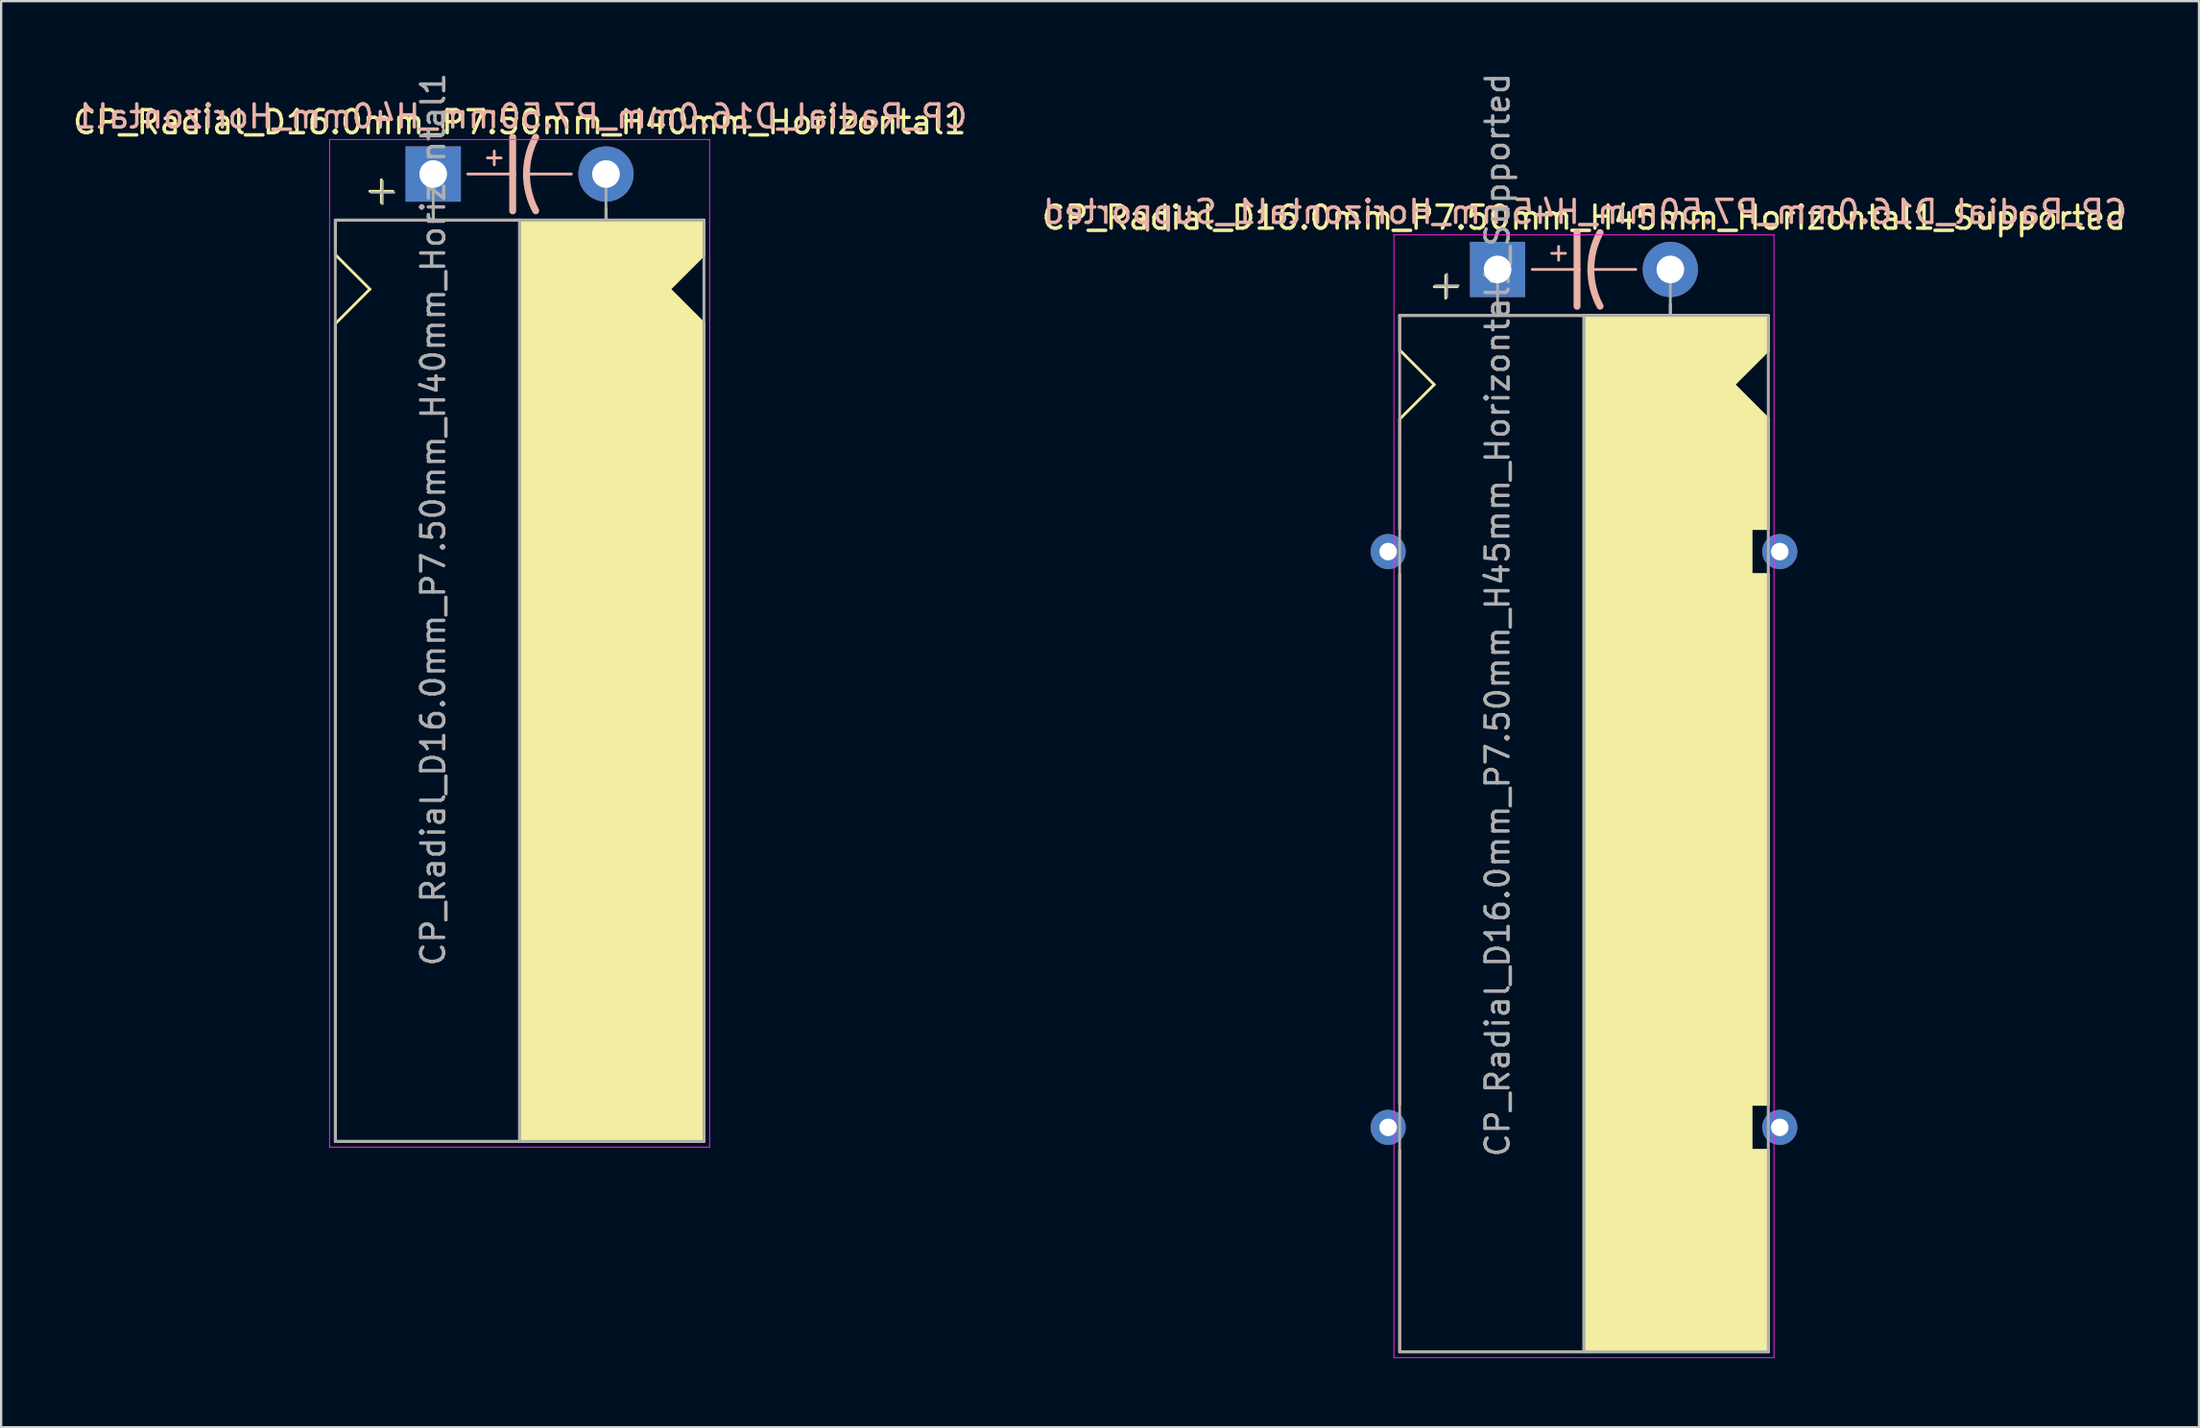
<source format=kicad_pcb>
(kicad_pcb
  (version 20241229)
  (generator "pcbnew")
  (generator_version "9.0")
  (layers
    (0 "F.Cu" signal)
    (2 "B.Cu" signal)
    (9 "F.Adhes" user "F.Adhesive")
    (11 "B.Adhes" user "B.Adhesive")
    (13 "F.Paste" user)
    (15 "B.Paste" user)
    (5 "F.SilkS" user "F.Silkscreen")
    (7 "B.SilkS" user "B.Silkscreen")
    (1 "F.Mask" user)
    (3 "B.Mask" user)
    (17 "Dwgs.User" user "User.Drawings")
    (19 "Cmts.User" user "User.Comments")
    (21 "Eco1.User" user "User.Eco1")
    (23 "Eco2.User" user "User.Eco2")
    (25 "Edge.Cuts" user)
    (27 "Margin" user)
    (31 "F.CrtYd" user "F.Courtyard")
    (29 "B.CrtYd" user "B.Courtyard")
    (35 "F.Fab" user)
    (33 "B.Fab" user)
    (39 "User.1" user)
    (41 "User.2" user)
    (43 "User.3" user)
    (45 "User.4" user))
  (footprint "CP_Radial_D16.0mm_P7.50mm_H40mm_Horizontal1"
    (layer "F.Cu")
    (at 15.756 4.506)
    (property "Reference" "CP_Radial_D16.0mm_P7.50mm_H40mm_Horizontal1" (at 3.75 -2.25 0) (layer "F.SilkS") (effects (font (size 1 1) (thickness 0.15))))
    (fp_line (start -4.25 2) (end -4.25 3.5) (stroke (width 0.12) (type solid)) (layer "F.SilkS"))
    (fp_line (start -4.25 3.5) (end -2.75 5) (stroke (width 0.12) (type solid)) (layer "F.SilkS"))
    (fp_line (start -4.25 6.5) (end -4.25 7.5) (stroke (width 0.12) (type solid)) (layer "F.SilkS"))
    (fp_line (start -4.25 7.5) (end -4.25 42) (stroke (width 0.12) (type solid)) (layer "F.SilkS"))
    (fp_line (start -2.75 5) (end -4.25 6.5) (stroke (width 0.12) (type solid)) (layer "F.SilkS"))
    (fp_line (start -2.25 0.25) (end -2.25 1.25) (stroke (width 0.12) (type solid)) (layer "F.SilkS"))
    (fp_line (start -1.75 0.75) (end -2.75 0.75) (stroke (width 0.12) (type solid)) (layer "F.SilkS"))
    (fp_line (start 0 1.5) (end 0 2) (stroke (width 0.12) (type solid)) (layer "F.SilkS"))
    (fp_line (start 3.75 2) (end -4.25 2) (stroke (width 0.12) (type solid)) (layer "F.SilkS"))
    (fp_line (start 3.75 2) (end 3.75 42) (stroke (width 0.12) (type solid)) (layer "F.SilkS"))
    (fp_line (start 3.75 2) (end 11.75 2) (stroke (width 0.12) (type solid)) (layer "F.SilkS"))
    (fp_line (start 7.5 1.5) (end 7.5 2) (stroke (width 0.12) (type solid)) (layer "F.SilkS"))
    (fp_line (start 10.25 5) (end 11.75 6.5) (stroke (width 0.12) (type solid)) (layer "F.SilkS"))
    (fp_line (start 11.75 2) (end 11.75 3.5) (stroke (width 0.12) (type solid)) (layer "F.SilkS"))
    (fp_line (start 11.75 3.5) (end 10.25 5) (stroke (width 0.12) (type solid)) (layer "F.SilkS"))
    (fp_line (start 11.75 42) (end -4.25 42) (stroke (width 0.12) (type solid)) (layer "F.SilkS"))
    (fp_line (start 11.75 42) (end 11.75 6.5) (stroke (width 0.12) (type solid)) (layer "F.SilkS"))
    (fp_poly (pts (xy 11.75 3.5) (xy 10.25 5) (xy 11.75 6.5) (xy 11.75 42) (xy 3.75 42) (xy 3.75 2) (xy 11.75 2)) (stroke (width 0.1) (type solid)) (fill yes) (layer "F.SilkS"))
    (fp_line (start 1.5 0) (end 3.45 0) (stroke (width 0.12) (type solid)) (layer "B.SilkS"))
    (fp_line (start 2.35 -0.7) (end 2.95 -0.7) (stroke (width 0.12) (type solid)) (layer "B.SilkS"))
    (fp_line (start 2.65 -0.4) (end 2.65 -1) (stroke (width 0.12) (type solid)) (layer "B.SilkS"))
    (fp_line (start 3.45 0) (end 3.45 -1.6) (stroke (width 0.3) (type solid)) (layer "B.SilkS"))
    (fp_line (start 3.45 0) (end 3.45 1.6) (stroke (width 0.3) (type solid)) (layer "B.SilkS"))
    (fp_line (start 6 0) (end 4.05 0) (stroke (width 0.12) (type solid)) (layer "B.SilkS"))
    (fp_arc (start 4.05 0) (mid 4.150512 -0.824872) (end 4.45 -1.6) (stroke (width 0.3) (type solid)) (layer "B.SilkS"))
    (fp_arc (start 4.45 1.596157) (mid 4.151652 0.822725) (end 4.05 0) (stroke (width 0.3) (type solid)) (layer "B.SilkS"))
    (fp_line (start -4.5 -1.5) (end 12 -1.5) (stroke (width 0.04) (type solid)) (layer "F.CrtYd"))
    (fp_line (start -4.5 42.25) (end -4.5 -1.5) (stroke (width 0.04) (type solid)) (layer "F.CrtYd"))
    (fp_line (start 12 -1.5) (end 12 42.25) (stroke (width 0.04) (type solid)) (layer "F.CrtYd"))
    (fp_line (start 12 42.25) (end -4.5 42.25) (stroke (width 0.04) (type solid)) (layer "F.CrtYd"))
    (fp_line (start -4.25 2) (end -4.25 42) (stroke (width 0.12) (type solid)) (layer "F.Fab"))
    (fp_line (start -4.25 42) (end 11.75 42) (stroke (width 0.12) (type solid)) (layer "F.Fab"))
    (fp_line (start -2.7 0.8) (end -1.7 0.8) (stroke (width 0.1) (type solid)) (layer "F.Fab"))
    (fp_line (start -2.2 1.3) (end -2.2 0.3) (stroke (width 0.1) (type solid)) (layer "F.Fab"))
    (fp_line (start 0 0) (end 0 2) (stroke (width 0.12) (type solid)) (layer "F.Fab"))
    (fp_line (start 0 2) (end -4.25 2) (stroke (width 0.12) (type solid)) (layer "F.Fab"))
    (fp_line (start 3.75 2) (end 3.75 42) (stroke (width 0.12) (type solid)) (layer "F.Fab"))
    (fp_line (start 7.5 0) (end 7.5 2) (stroke (width 0.12) (type solid)) (layer "F.Fab"))
    (fp_line (start 11.75 2) (end 0 2) (stroke (width 0.12) (type solid)) (layer "F.Fab"))
    (fp_line (start 11.75 42) (end 11.75 2) (stroke (width 0.12) (type solid)) (layer "F.Fab"))
    (fp_poly (pts (xy 11.75 42) (xy 3.75 42) (xy 3.75 2) (xy 11.75 2)) (stroke (width 0.1) (type solid)) (fill no) (layer "F.Fab"))
    (fp_text user "${REFERENCE}" (at 3.8 -2.5 0) (layer "B.SilkS") (effects (font (size 1 1) (thickness 0.15)) (justify mirror)))
    (fp_text user "${REFERENCE}" (at 0 15 90) (layer "F.Fab") (effects (font (size 1 1) (thickness 0.15))))
    (pad "1" thru_hole rect (at 0 0) (size 2.4 2.4) (drill 1.2) (layers "*.Cu" "*.Mask"))
    (pad "2" thru_hole circle (at 7.5 0) (size 2.4 2.4) (drill 1.2) (layers "*.Cu" "*.Mask")))
  (footprint "CP_Radial_D16.0mm_P7.50mm_H45mm_Horizontal1_Supported"
    (layer "F.Cu")
    (at 61.961 8.649)
    (property "Reference" "CP_Radial_D16.0mm_P7.50mm_H45mm_Horizontal1_Supported" (at 3.75 -2.25 0) (layer "F.SilkS") (effects (font (size 1 1) (thickness 0.15))))
    (fp_line (start -4.25 2) (end -4.25 3.5) (stroke (width 0.12) (type solid)) (layer "F.SilkS"))
    (fp_line (start -4.25 3.5) (end -2.75 5) (stroke (width 0.12) (type solid)) (layer "F.SilkS"))
    (fp_line (start -4.25 6.5) (end -4.25 7.5) (stroke (width 0.12) (type solid)) (layer "F.SilkS"))
    (fp_line (start -4.25 7.5) (end -4.25 11.25) (stroke (width 0.12) (type solid)) (layer "F.SilkS"))
    (fp_line (start -4.25 36.25) (end -4.25 13.25) (stroke (width 0.12) (type solid)) (layer "F.SilkS"))
    (fp_line (start -4.25 38.25) (end -4.25 47) (stroke (width 0.12) (type solid)) (layer "F.SilkS"))
    (fp_line (start -2.75 5) (end -4.25 6.5) (stroke (width 0.12) (type solid)) (layer "F.SilkS"))
    (fp_line (start -2.25 0.25) (end -2.25 1.25) (stroke (width 0.12) (type solid)) (layer "F.SilkS"))
    (fp_line (start -1.75 0.75) (end -2.75 0.75) (stroke (width 0.12) (type solid)) (layer "F.SilkS"))
    (fp_line (start 0 1.5) (end 0 2) (stroke (width 0.12) (type solid)) (layer "F.SilkS"))
    (fp_line (start 3.75 2) (end -4.25 2) (stroke (width 0.12) (type solid)) (layer "F.SilkS"))
    (fp_line (start 3.75 2) (end 3.75 47) (stroke (width 0.12) (type solid)) (layer "F.SilkS"))
    (fp_line (start 3.75 2) (end 11.75 2) (stroke (width 0.12) (type solid)) (layer "F.SilkS"))
    (fp_line (start 7.5 1.5) (end 7.5 2) (stroke (width 0.12) (type solid)) (layer "F.SilkS"))
    (fp_line (start 10.25 5) (end 11.75 6.5) (stroke (width 0.12) (type solid)) (layer "F.SilkS"))
    (fp_line (start 11 11.25) (end 11.75 11.25) (stroke (width 0.12) (type solid)) (layer "F.SilkS"))
    (fp_line (start 11 13.25) (end 11 11.25) (stroke (width 0.12) (type solid)) (layer "F.SilkS"))
    (fp_line (start 11 36.25) (end 11.75 36.25) (stroke (width 0.12) (type solid)) (layer "F.SilkS"))
    (fp_line (start 11 38.25) (end 11 36.25) (stroke (width 0.12) (type solid)) (layer "F.SilkS"))
    (fp_line (start 11.75 2) (end 11.75 3.5) (stroke (width 0.12) (type solid)) (layer "F.SilkS"))
    (fp_line (start 11.75 3.5) (end 10.25 5) (stroke (width 0.12) (type solid)) (layer "F.SilkS"))
    (fp_line (start 11.75 11.25) (end 11.75 6.5) (stroke (width 0.12) (type solid)) (layer "F.SilkS"))
    (fp_line (start 11.75 13.25) (end 11 13.25) (stroke (width 0.12) (type solid)) (layer "F.SilkS"))
    (fp_line (start 11.75 13.25) (end 11.75 36.25) (stroke (width 0.12) (type solid)) (layer "F.SilkS"))
    (fp_line (start 11.75 38.25) (end 11 38.25) (stroke (width 0.12) (type solid)) (layer "F.SilkS"))
    (fp_line (start 11.75 47) (end -4.25 47) (stroke (width 0.12) (type solid)) (layer "F.SilkS"))
    (fp_line (start 11.75 47) (end 11.75 38.25) (stroke (width 0.12) (type solid)) (layer "F.SilkS"))
    (fp_poly (pts (xy 11.75 3.5) (xy 10.25 5) (xy 11.75 6.5) (xy 11.75 11.25) (xy 11 11.25) (xy 11 13.25) (xy 11.75 13.25) (xy 11.75 36.25) (xy 11 36.25) (xy 11 38.25) (xy 11.75 38.25) (xy 11.75 47) (xy 3.75 47) (xy 3.75 2) (xy 11.75 2)) (stroke (width 0.1) (type solid)) (fill yes) (layer "F.SilkS"))
    (fp_line (start 1.5 0) (end 3.45 0) (stroke (width 0.12) (type solid)) (layer "B.SilkS"))
    (fp_line (start 2.35 -0.7) (end 2.95 -0.7) (stroke (width 0.12) (type solid)) (layer "B.SilkS"))
    (fp_line (start 2.65 -0.4) (end 2.65 -1) (stroke (width 0.12) (type solid)) (layer "B.SilkS"))
    (fp_line (start 3.45 0) (end 3.45 -1.6) (stroke (width 0.3) (type solid)) (layer "B.SilkS"))
    (fp_line (start 3.45 0) (end 3.45 1.6) (stroke (width 0.3) (type solid)) (layer "B.SilkS"))
    (fp_line (start 6 0) (end 4.05 0) (stroke (width 0.12) (type solid)) (layer "B.SilkS"))
    (fp_arc (start 4.05 0) (mid 4.150512 -0.824872) (end 4.45 -1.6) (stroke (width 0.3) (type solid)) (layer "B.SilkS"))
    (fp_arc (start 4.45 1.596157) (mid 4.151652 0.822725) (end 4.05 0) (stroke (width 0.3) (type solid)) (layer "B.SilkS"))
    (fp_line (start -4.5 -1.5) (end 12 -1.5) (stroke (width 0.04) (type solid)) (layer "F.CrtYd"))
    (fp_line (start -4.5 47.25) (end -4.5 -1.5) (stroke (width 0.04) (type solid)) (layer "F.CrtYd"))
    (fp_line (start 12 -1.5) (end 12 47.25) (stroke (width 0.04) (type solid)) (layer "F.CrtYd"))
    (fp_line (start 12 47.25) (end -4.5 47.25) (stroke (width 0.04) (type solid)) (layer "F.CrtYd"))
    (fp_line (start -4.25 2) (end -4.25 47) (stroke (width 0.12) (type solid)) (layer "F.Fab"))
    (fp_line (start -4.25 47) (end 11.75 47) (stroke (width 0.12) (type solid)) (layer "F.Fab"))
    (fp_line (start -2.7 0.7) (end -1.7 0.7) (stroke (width 0.1) (type solid)) (layer "F.Fab"))
    (fp_line (start -2.2 1.2) (end -2.2 0.2) (stroke (width 0.1) (type solid)) (layer "F.Fab"))
    (fp_line (start 0 0) (end 0 2) (stroke (width 0.12) (type solid)) (layer "F.Fab"))
    (fp_line (start 0 2) (end -4.25 2) (stroke (width 0.12) (type solid)) (layer "F.Fab"))
    (fp_line (start 3.75 2) (end 3.75 47) (stroke (width 0.12) (type solid)) (layer "F.Fab"))
    (fp_line (start 7.5 0) (end 7.5 2) (stroke (width 0.12) (type solid)) (layer "F.Fab"))
    (fp_line (start 11.75 2) (end 0 2) (stroke (width 0.12) (type solid)) (layer "F.Fab"))
    (fp_line (start 11.75 47) (end 11.75 2) (stroke (width 0.12) (type solid)) (layer "F.Fab"))
    (fp_poly (pts (xy 11.75 47) (xy 3.75 47) (xy 3.75 2) (xy 11.75 2)) (stroke (width 0.1) (type solid)) (fill no) (layer "F.Fab"))
    (fp_text user "${REFERENCE}" (at 3.8 -2.5 0) (layer "B.SilkS") (effects (font (size 1 1) (thickness 0.15)) (justify mirror)))
    (fp_text user "${REFERENCE}" (at 0 15 90) (layer "F.Fab") (effects (font (size 1 1) (thickness 0.15))))
    (pad "1" thru_hole rect (at 0 0) (size 2.4 2.4) (drill 1.2) (layers "*.Cu" "*.Mask"))
    (pad "2" thru_hole circle (at 7.5 0) (size 2.4 2.4) (drill 1.2) (layers "*.Cu" "*.Mask"))
    (pad "~" thru_hole circle (at -4.75 12.25) (size 1.524 1.524) (drill 0.762) (layers "*.Cu" "*.Mask"))
    (pad "~" thru_hole circle (at -4.75 37.25) (size 1.524 1.524) (drill 0.762) (layers "*.Cu" "*.Mask"))
    (pad "~" thru_hole circle (at 12.25 12.25) (size 1.524 1.524) (drill 0.762) (layers "*.Cu" "*.Mask"))
    (pad "~" thru_hole circle (at 12.25 37.25) (size 1.524 1.524) (drill 0.762) (layers "*.Cu" "*.Mask")))
  (gr_rect
    (start -3 -3)
    (end 92.41 58.919)
    (stroke (width 0.1) (type default))
    (fill no)
    (layer "Edge.Cuts")))
</source>
